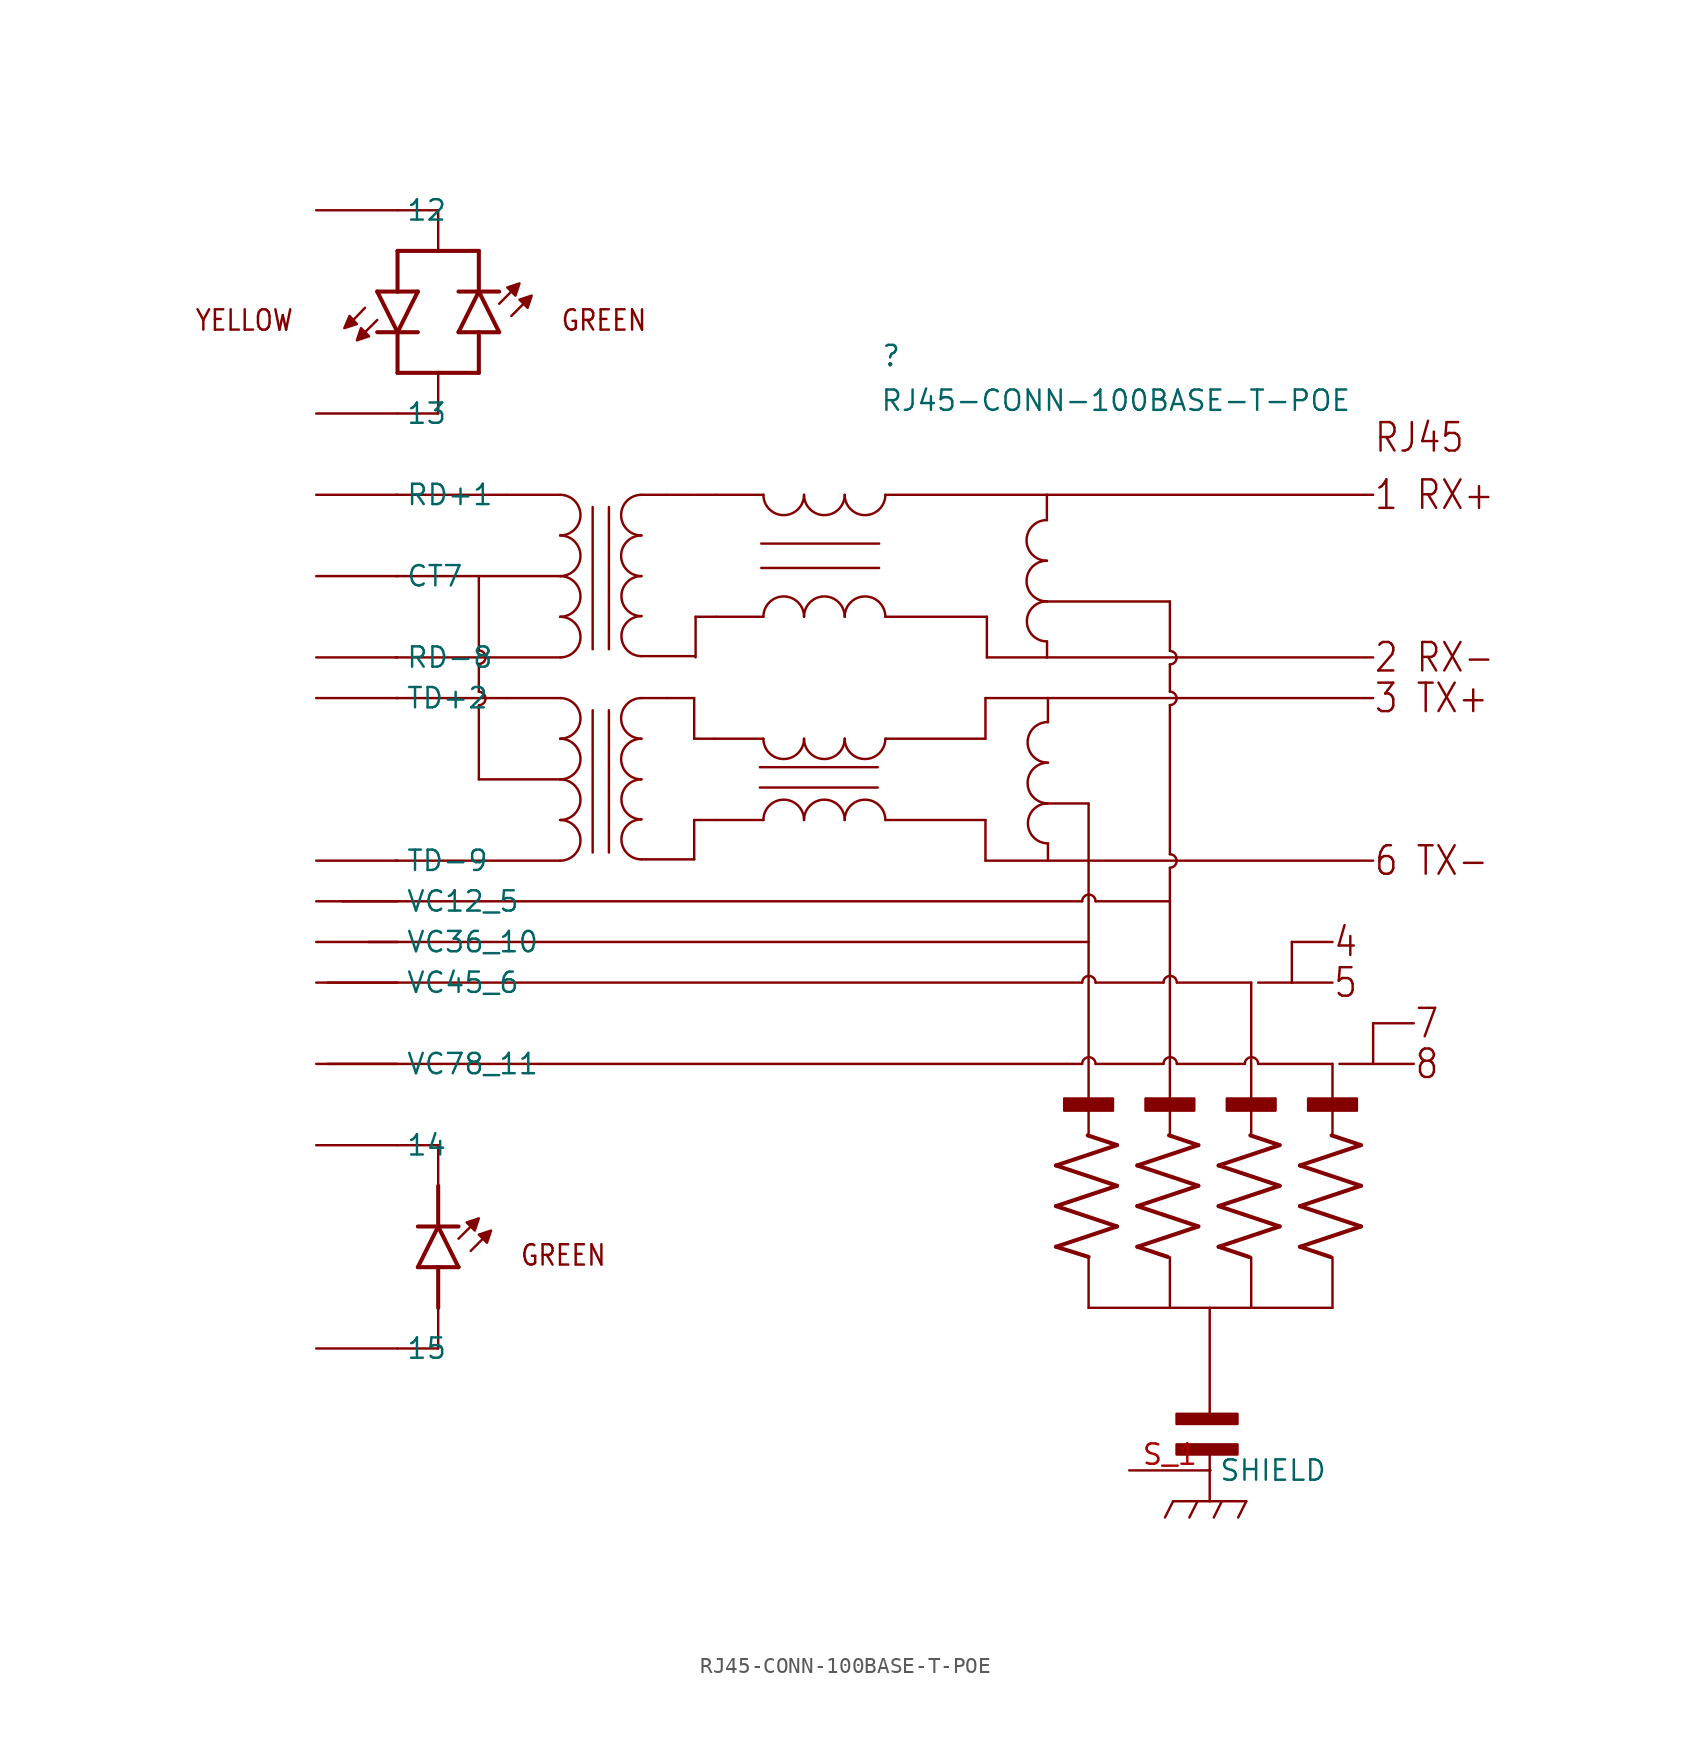
<source format=kicad_sym>
(kicad_symbol_lib
  (version 20211014)
  (generator kicad_symbol_editor)
  (symbol "RJ45-CONN-100BASE-T-POE"
    (pin_names)
    (property "Reference" ""
      (at 17.497 18.097 0)
      (effects (font (size 1.27 1.27)) (justify left bottom)))
    (property "Value" "RJ45-CONN-100BASE-T-POE"
      (at 17.446 15.307 0)
      (effects (font (size 1.27 1.27)) (justify left bottom)))
    (property "Datasheet" ""
      (at 0 0 0))
    (property "ki_fp_filters" "FlashPCB_Connectors:RJ45_THT_RA_BELFUSE-0826-1L1T-57-F"
      (at 0 0 0))
    (symbol "RJ45-CONN-100BASE-T-POE_1_1"
      (text "GREEN" (at -2.54 20.32 0) (effects (font (size 1.27 1.086)) (justify left bottom)))
      (text "RJ45" (at 48.26 12.7 0) (effects (font (size 1.778 1.52)) (justify left bottom)))
      (text "1 RX+" (at 48.26 10.16 0) (effects (font (size 1.778 1.52)) (justify left)))
      (text "2 RX-" (at 48.26 0 0) (effects (font (size 1.778 1.52)) (justify left)))
      (text "3 TX+" (at 48.26 -2.54 0) (effects (font (size 1.778 1.52)) (justify left)))
      (text "6 TX-" (at 48.26 -12.7 0) (effects (font (size 1.778 1.52)) (justify left)))
      (text "4" (at 45.72 -17.78 0) (effects (font (size 1.778 1.52)) (justify left)))
      (text "5" (at 45.72 -20.32 0) (effects (font (size 1.778 1.52)) (justify left)))
      (text "7" (at 50.8 -22.86 0) (effects (font (size 1.778 1.52)) (justify left)))
      (text "8" (at 50.8 -25.4 0) (effects (font (size 1.778 1.52)) (justify left)))
      (text "YELLOW" (at -25.4 20.32 0) (effects (font (size 1.27 1.086)) (justify left bottom)))
      (text "GREEN" (at -5.08 -38.1 0) (effects (font (size 1.27 1.086)) (justify left bottom)))
      (rectangle (start 35.975 -49.805) (end 39.785 -49.17) (stroke (width 0)) (fill (type outline)))
      (rectangle (start 35.975 -47.9) (end 39.785 -47.265) (stroke (width 0)) (fill (type outline)))
      (rectangle (start 28.956 -28.321) (end 32.004 -27.559) (stroke (width 0)) (fill (type outline)))
      (rectangle (start 34.036 -28.321) (end 37.084 -27.559) (stroke (width 0)) (fill (type outline)))
      (rectangle (start 39.116 -28.321) (end 42.164 -27.559) (stroke (width 0)) (fill (type outline)))
      (rectangle (start 44.196 -28.321) (end 47.244 -27.559) (stroke (width 0)) (fill (type outline)))
      (polyline (pts (xy -4.572 21.844) (xy -4.318 22.606) (xy -5.08 22.352) (xy -4.572 21.844)) (stroke (width 0.152) (type default)) (fill (type outline)))
      (polyline (pts (xy -5.334 22.606) (xy -5.08 23.368) (xy -5.842 23.114) (xy -5.334 22.606)) (stroke (width 0.152) (type default)) (fill (type outline)))
      (polyline (pts (xy -14.986 20.574) (xy -15.24 19.812) (xy -14.478 20.066) (xy -14.986 20.574)) (stroke (width 0.152) (type default)) (fill (type outline)))
      (polyline (pts (xy -16.027 20.574) (xy -15.697 21.336) (xy -15.24 20.828) (xy -16.027 20.574)) (stroke (width 0.152) (type default)) (fill (type outline)))
      (polyline (pts (xy -7.112 -36.576) (xy -6.858 -35.814) (xy -7.62 -36.068) (xy -7.112 -36.576)) (stroke (width 0.152) (type default)) (fill (type outline)))
      (polyline (pts (xy -7.874 -35.814) (xy -7.62 -35.052) (xy -8.382 -35.306) (xy -7.874 -35.814)) (stroke (width 0.152) (type default)) (fill (type outline)))
      (polyline (pts (xy 28.446 -36.826) (xy 32.256 -35.556)) (stroke (width 0.254)) (fill (type none)))
      (polyline (pts (xy 32.256 -35.556) (xy 28.446 -34.286)) (stroke (width 0.254)) (fill (type none)))
      (polyline (pts (xy 28.446 -34.286) (xy 32.256 -33.016)) (stroke (width 0.254)) (fill (type none)))
      (polyline (pts (xy 32.256 -33.016) (xy 28.446 -31.746)) (stroke (width 0.254)) (fill (type none)))
      (polyline (pts (xy 28.446 -31.746) (xy 32.256 -30.476)) (stroke (width 0.254)) (fill (type none)))
      (polyline (pts (xy 32.256 -30.476) (xy 30.427 -29.866)) (stroke (width 0.254)) (fill (type none)))
      (polyline (pts (xy 30.48 -37.461) (xy 28.446 -36.826)) (stroke (width 0.254)) (fill (type none)))
      (polyline (pts (xy 33.526 -36.826) (xy 37.336 -35.556)) (stroke (width 0.254)) (fill (type none)))
      (polyline (pts (xy 37.336 -35.556) (xy 33.526 -34.286)) (stroke (width 0.254)) (fill (type none)))
      (polyline (pts (xy 33.526 -34.286) (xy 37.336 -33.016)) (stroke (width 0.254)) (fill (type none)))
      (polyline (pts (xy 37.336 -33.016) (xy 33.526 -31.746)) (stroke (width 0.254)) (fill (type none)))
      (polyline (pts (xy 33.526 -31.746) (xy 37.336 -30.476)) (stroke (width 0.254)) (fill (type none)))
      (polyline (pts (xy 37.336 -30.476) (xy 35.507 -29.866)) (stroke (width 0.254)) (fill (type none)))
      (polyline (pts (xy 35.431 -37.461) (xy 33.526 -36.826)) (stroke (width 0.254)) (fill (type none)))
      (polyline (pts (xy 38.606 -36.826) (xy 42.416 -35.556)) (stroke (width 0.254)) (fill (type none)))
      (polyline (pts (xy 42.416 -35.556) (xy 38.606 -34.286)) (stroke (width 0.254)) (fill (type none)))
      (polyline (pts (xy 38.606 -34.286) (xy 42.416 -33.016)) (stroke (width 0.254)) (fill (type none)))
      (polyline (pts (xy 42.416 -33.016) (xy 38.606 -31.746)) (stroke (width 0.254)) (fill (type none)))
      (polyline (pts (xy 38.606 -31.746) (xy 42.416 -30.476)) (stroke (width 0.254)) (fill (type none)))
      (polyline (pts (xy 42.416 -30.476) (xy 40.587 -29.866)) (stroke (width 0.254)) (fill (type none)))
      (polyline (pts (xy 40.511 -37.461) (xy 38.606 -36.826)) (stroke (width 0.254)) (fill (type none)))
      (polyline (pts (xy 43.686 -36.826) (xy 47.496 -35.556)) (stroke (width 0.254)) (fill (type none)))
      (polyline (pts (xy 47.496 -35.556) (xy 43.686 -34.286)) (stroke (width 0.254)) (fill (type none)))
      (polyline (pts (xy 43.686 -34.286) (xy 47.496 -33.016)) (stroke (width 0.254)) (fill (type none)))
      (polyline (pts (xy 47.496 -33.016) (xy 43.686 -31.746)) (stroke (width 0.254)) (fill (type none)))
      (polyline (pts (xy 43.686 -31.746) (xy 47.496 -30.476)) (stroke (width 0.254)) (fill (type none)))
      (polyline (pts (xy 47.496 -30.476) (xy 45.667 -29.866)) (stroke (width 0.254)) (fill (type none)))
      (polyline (pts (xy 45.591 -37.461) (xy 43.686 -36.826)) (stroke (width 0.254)) (fill (type none)))
      (polyline (pts (xy 38.047 -47.392) (xy 38.047 -40.64)) (stroke (width 0.152)) (fill (type none)))
      (polyline (pts (xy 38.047 -52.726) (xy 38.047 -49.678)) (stroke (width 0.152)) (fill (type none)))
      (polyline (pts (xy 30.48 -37.461) (xy 30.48 -40.64)) (stroke (width 0.152)) (fill (type none)))
      (polyline (pts (xy 30.48 -40.64) (xy 35.56 -40.64)) (stroke (width 0.152)) (fill (type none)))
      (polyline (pts (xy 35.56 -40.64) (xy 38.047 -40.64)) (stroke (width 0.152)) (fill (type none)))
      (polyline (pts (xy 35.56 -37.486) (xy 35.56 -40.64)) (stroke (width 0.152)) (fill (type none)))
      (polyline (pts (xy 38.047 -40.64) (xy 40.64 -40.64)) (stroke (width 0.152)) (fill (type none)))
      (polyline (pts (xy 40.64 -40.64) (xy 40.64 -37.486)) (stroke (width 0.152)) (fill (type none)))
      (polyline (pts (xy 40.64 -40.64) (xy 45.72 -40.64)) (stroke (width 0.152)) (fill (type none)))
      (polyline (pts (xy 45.72 -40.64) (xy 45.72 -37.486)) (stroke (width 0.152)) (fill (type none)))
      (polyline (pts (xy 38.047 -52.726) (xy 35.761 -52.726)) (stroke (width 0.152)) (fill (type none)))
      (polyline (pts (xy 38.047 -52.726) (xy 40.333 -52.726)) (stroke (width 0.152)) (fill (type none)))
      (polyline (pts (xy 35.761 -52.726) (xy 35.253 -53.742)) (stroke (width 0.152)) (fill (type none)))
      (polyline (pts (xy 37.285 -52.726) (xy 36.777 -53.742)) (stroke (width 0.152)) (fill (type none)))
      (polyline (pts (xy 38.809 -52.726) (xy 38.301 -53.742)) (stroke (width 0.152)) (fill (type none)))
      (polyline (pts (xy 40.333 -52.726) (xy 39.825 -53.742)) (stroke (width 0.152)) (fill (type none)))
      (polyline (pts (xy -5.9 10.16) (xy -12.79 10.16)) (stroke (width 0.152)) (fill (type none)))
      (arc (start 15.24 2.54) (mid 13.969999999999999 3.8100000000000005) (end 12.7 2.54) (stroke (width 0.1524) (type default)) (fill (type none)))
      (arc (start 17.78 2.54) (mid 16.51 3.8100000000000005) (end 15.24 2.54) (stroke (width 0.1524) (type default)) (fill (type none)))
      (arc (start 12.7 2.54) (mid 11.43 3.8099999999999996) (end 10.16 2.54) (stroke (width 0.1524) (type default)) (fill (type none)))
      (polyline (pts (xy 10.16 2.54) (xy 7.234 2.54)) (stroke (width 0.152)) (fill (type none)))
      (polyline (pts (xy 10.028 7.112) (xy 17.394 7.112)) (stroke (width 0.152)) (fill (type none)))
      (polyline (pts (xy 10.028 5.588) (xy 17.394 5.588)) (stroke (width 0.152)) (fill (type none)))
      (polyline (pts (xy 17.78 2.54) (xy 24.124 2.54)) (stroke (width 0.152)) (fill (type none)))
      (polyline (pts (xy 5.924 0) (xy 5.924 2.54)) (stroke (width 0.152)) (fill (type none)))
      (polyline (pts (xy 5.924 2.54) (xy 7.224 2.54)) (stroke (width 0.152)) (fill (type none)))
      (arc (start 27.874 6.04) (mid 26.604 4.77) (end 27.874 3.5) (stroke (width 0.1524) (type default)) (fill (type none)))
      (arc (start 27.874 8.58) (mid 26.604 7.3100000000000005) (end 27.874 6.04) (stroke (width 0.1524) (type default)) (fill (type none)))
      (arc (start 27.874 3.5) (mid 26.624 2.25) (end 27.874 1) (stroke (width 0.1524) (type default)) (fill (type none)))
      (polyline (pts (xy 27.874 10.16) (xy 48.26 10.16)) (stroke (width 0.152)) (fill (type none)))
      (polyline (pts (xy 24.124 2.54) (xy 24.124 0)) (stroke (width 0.152)) (fill (type none)))
      (polyline (pts (xy 24.124 0) (xy 27.884 0)) (stroke (width 0.152)) (fill (type none)))
      (polyline (pts (xy 27.884 0) (xy 48.26 0)) (stroke (width 0.152)) (fill (type none)))
      (polyline (pts (xy 27.874 8.574) (xy 27.874 10.16)) (stroke (width 0.152)) (fill (type none)))
      (polyline (pts (xy 27.884 1.004) (xy 27.884 0)) (stroke (width 0.152)) (fill (type none)))
      (polyline (pts (xy 27.864 3.494) (xy 35.56 3.494)) (stroke (width 0.152)) (fill (type none)))
      (polyline (pts (xy -7.62 5.08) (xy -12.79 5.08)) (stroke (width 0.152)) (fill (type none)))
      (polyline (pts (xy -0.508 -3.302) (xy -0.508 -12.192)) (stroke (width 0.152)) (fill (type none)))
      (polyline (pts (xy 0.508 -3.302) (xy 0.508 -12.192)) (stroke (width 0.152)) (fill (type none)))
      (arc (start -2.54 -7.62) (mid -1.27 -6.35) (end -2.54 -5.08) (stroke (width 0.1524) (type default)) (fill (type none)))
      (arc (start -2.54 -5.08) (mid -1.27 -3.81) (end -2.54 -2.54) (stroke (width 0.1524) (type default)) (fill (type none)))
      (polyline (pts (xy -5.88 -2.54) (xy -2.54 -2.54)) (stroke (width 0.152)) (fill (type none)))
      (polyline (pts (xy -5.9 -2.54) (xy -12.79 -2.54)) (stroke (width 0.152)) (fill (type none)))
      (arc (start -2.54 -10.16) (mid -1.27 -8.89) (end -2.54 -7.62) (stroke (width 0.1524) (type default)) (fill (type none)))
      (arc (start -2.54 -12.7) (mid -1.2700000000000005 -11.43) (end -2.54 -10.16) (stroke (width 0.1524) (type default)) (fill (type none)))
      (arc (start 2.54 -5.08) (mid 1.27 -6.35) (end 2.54 -7.62) (stroke (width 0.1524) (type default)) (fill (type none)))
      (arc (start 2.54 -2.54) (mid 1.27 -3.81) (end 2.54 -5.08) (stroke (width 0.1524) (type default)) (fill (type none)))
      (polyline (pts (xy 4.126 -2.54) (xy 2.54 -2.54)) (stroke (width 0.152)) (fill (type none)))
      (arc (start 2.54 -7.62) (mid 1.2900000000000005 -8.87) (end 2.54 -10.12) (stroke (width 0.1524) (type default)) (fill (type none)))
      (arc (start 2.54 -10.12) (mid 1.29 -11.37) (end 2.54 -12.62) (stroke (width 0.1524) (type default)) (fill (type none)))
      (arc (start 15.24 -10.16) (mid 13.969999999999999 -8.89) (end 12.7 -10.16) (stroke (width 0.1524) (type default)) (fill (type none)))
      (arc (start 17.78 -10.16) (mid 16.51 -8.89) (end 15.24 -10.16) (stroke (width 0.1524) (type default)) (fill (type none)))
      (arc (start 12.7 -10.16) (mid 11.43 -8.89) (end 10.16 -10.16) (stroke (width 0.1524) (type default)) (fill (type none)))
      (polyline (pts (xy 10.16 -10.16) (xy 7.146 -10.16)) (stroke (width 0.152)) (fill (type none)))
      (arc (start 12.7 -5.08) (mid 13.969999999999999 -6.3500000000000005) (end 15.24 -5.08) (stroke (width 0.1524) (type default)) (fill (type none)))
      (arc (start 15.24 -5.08) (mid 16.51 -6.3500000000000005) (end 17.78 -5.08) (stroke (width 0.1524) (type default)) (fill (type none)))
      (arc (start 10.16 -5.08) (mid 11.43 -6.35) (end 12.7 -5.08) (stroke (width 0.1524) (type default)) (fill (type none)))
      (polyline (pts (xy 10.16 -5.08) (xy 7.146 -5.08)) (stroke (width 0.152)) (fill (type none)))
      (polyline (pts (xy 9.94 -6.861) (xy 17.306 -6.861)) (stroke (width 0.152)) (fill (type none)))
      (polyline (pts (xy 9.94 -8.131) (xy 17.306 -8.131)) (stroke (width 0.152)) (fill (type none)))
      (polyline (pts (xy 17.78 -10.16) (xy 24.036 -10.16)) (stroke (width 0.152)) (fill (type none)))
      (polyline (pts (xy 17.78 -5.08) (xy 24.036 -5.08)) (stroke (width 0.152)) (fill (type none)))
      (polyline (pts (xy 4.136 -2.54) (xy 5.836 -2.54)) (stroke (width 0.152)) (fill (type none)))
      (polyline (pts (xy 5.836 -2.54) (xy 5.836 -5.08)) (stroke (width 0.152)) (fill (type none)))
      (polyline (pts (xy 5.836 -5.08) (xy 7.136 -5.08)) (stroke (width 0.152)) (fill (type none)))
      (polyline (pts (xy 2.54 -12.62) (xy 5.836 -12.62)) (stroke (width 0.152)) (fill (type none)))
      (polyline (pts (xy 5.836 -12.62) (xy 5.836 -10.16)) (stroke (width 0.152)) (fill (type none)))
      (polyline (pts (xy 5.836 -10.16) (xy 7.136 -10.16)) (stroke (width 0.152)) (fill (type none)))
      (arc (start 27.94 -6.58) (mid 26.67 -7.85) (end 27.94 -9.12) (stroke (width 0.1524) (type default)) (fill (type none)))
      (arc (start 27.94 -4.04) (mid 26.67 -5.3100000000000005) (end 27.94 -6.58) (stroke (width 0.1524) (type default)) (fill (type none)))
      (arc (start 27.94 -9.12) (mid 26.69 -10.37) (end 27.94 -11.62) (stroke (width 0.1524) (type default)) (fill (type none)))
      (polyline (pts (xy 24.036 -5.08) (xy 24.036 -2.54)) (stroke (width 0.152)) (fill (type none)))
      (polyline (pts (xy 24.036 -2.54) (xy 27.94 -2.54)) (stroke (width 0.152)) (fill (type none)))
      (polyline (pts (xy 27.94 -2.54) (xy 48.26 -2.54)) (stroke (width 0.152)) (fill (type none)))
      (polyline (pts (xy 24.036 -10.16) (xy 24.036 -12.7)) (stroke (width 0.152)) (fill (type none)))
      (polyline (pts (xy 24.036 -12.7) (xy 27.94 -12.7)) (stroke (width 0.152)) (fill (type none)))
      (polyline (pts (xy 27.94 -12.7) (xy 48.26 -12.7)) (stroke (width 0.152)) (fill (type none)))
      (polyline (pts (xy 27.94 -4.046) (xy 27.94 -4.04)) (stroke (width 0.152)) (fill (type none)))
      (polyline (pts (xy 27.94 -4.04) (xy 27.94 -2.54)) (stroke (width 0.152)) (fill (type none)))
      (polyline (pts (xy 27.94 -11.616) (xy 27.94 -11.62)) (stroke (width 0.152)) (fill (type none)))
      (polyline (pts (xy 27.94 -11.62) (xy 27.94 -12.7)) (stroke (width 0.152)) (fill (type none)))
      (polyline (pts (xy 27.776 -9.126) (xy 30.48 -9.126)) (stroke (width 0.152)) (fill (type none)))
      (polyline (pts (xy -2.54 -7.62) (xy -7.62 -7.62)) (stroke (width 0.152)) (fill (type none)))
      (arc (start -7.62 -0.4038) (mid -7.202 0.01419999999999999) (end -7.62 0.4322) (stroke (width 0.1524) (type default)) (fill (type none)))
      (arc (start -7.62 -2.988) (mid -7.202 -2.5700000000000003) (end -7.62 -2.152) (stroke (width 0.1524) (type default)) (fill (type none)))
      (polyline (pts (xy -7.62 0.432) (xy -7.62 5.08)) (stroke (width 0.152)) (fill (type none)))
      (polyline (pts (xy -2.54 -12.7) (xy -12.79 -12.7)) (stroke (width 0.152)) (fill (type none)))
      (polyline (pts (xy 35.56 0.436) (xy 35.56 3.494)) (stroke (width 0.152)) (fill (type none)))
      (polyline (pts (xy 35.56 -2.976) (xy 35.56 -12.3)) (stroke (width 0.152)) (fill (type none)))
      (arc (start 30.9158 -15.24) (mid 30.497799999999998 -14.822) (end 30.0798 -15.24) (stroke (width 0.1524) (type default)) (fill (type none)))
      (polyline (pts (xy 30.08 -15.24) (xy -16.14 -15.24)) (stroke (width 0.152)) (fill (type none)))
      (polyline (pts (xy 30.48 -17.78) (xy -14.54 -17.78)) (stroke (width 0.152)) (fill (type none)))
      (polyline (pts (xy 30.08 -20.32) (xy -17.08 -20.32)) (stroke (width 0.152)) (fill (type none)))
      (polyline (pts (xy 29.13 -25.4) (xy -17.08 -25.4)) (stroke (width 0.152)) (fill (type none)))
      (polyline (pts (xy -8.89 20.32) (xy -7.62 22.86)) (stroke (width 0.254)) (fill (type none)))
      (polyline (pts (xy -7.62 22.86) (xy -6.35 20.32)) (stroke (width 0.254)) (fill (type none)))
      (polyline (pts (xy -8.89 22.86) (xy -7.62 22.86)) (stroke (width 0.254)) (fill (type none)))
      (polyline (pts (xy -7.62 22.86) (xy -6.35 22.86)) (stroke (width 0.254)) (fill (type none)))
      (polyline (pts (xy -8.89 20.32) (xy -7.62 20.32)) (stroke (width 0.254)) (fill (type none)))
      (polyline (pts (xy -7.62 20.32) (xy -6.35 20.32)) (stroke (width 0.254)) (fill (type none)))
      (polyline (pts (xy -5.588 21.336) (xy -4.699 22.225)) (stroke (width 0.152)) (fill (type none)))
      (polyline (pts (xy -6.35 22.098) (xy -5.461 22.987)) (stroke (width 0.152)) (fill (type none)))
      (polyline (pts (xy -7.62 22.86) (xy -7.62 25.4)) (stroke (width 0.254)) (fill (type none)))
      (polyline (pts (xy -7.62 20.32) (xy -7.62 17.78)) (stroke (width 0.254)) (fill (type none)))
      (polyline (pts (xy -11.43 22.86) (xy -12.7 20.32)) (stroke (width 0.254)) (fill (type none)))
      (polyline (pts (xy -12.7 20.32) (xy -13.97 22.86)) (stroke (width 0.254)) (fill (type none)))
      (polyline (pts (xy -11.43 20.32) (xy -12.7 20.32)) (stroke (width 0.254)) (fill (type none)))
      (polyline (pts (xy -12.7 20.32) (xy -13.97 20.32)) (stroke (width 0.254)) (fill (type none)))
      (polyline (pts (xy -11.43 22.86) (xy -12.7 22.86)) (stroke (width 0.254)) (fill (type none)))
      (polyline (pts (xy -12.7 22.86) (xy -13.97 22.86)) (stroke (width 0.254)) (fill (type none)))
      (polyline (pts (xy -14.732 21.844) (xy -15.418 21.133)) (stroke (width 0.152)) (fill (type none)))
      (polyline (pts (xy -13.97 21.082) (xy -14.859 20.193)) (stroke (width 0.152)) (fill (type none)))
      (polyline (pts (xy -12.7 20.32) (xy -12.7 17.78)) (stroke (width 0.254)) (fill (type none)))
      (polyline (pts (xy -12.7 22.86) (xy -12.7 25.4)) (stroke (width 0.254)) (fill (type none)))
      (polyline (pts (xy -12.7 25.4) (xy -10.16 25.4)) (stroke (width 0.254)) (fill (type none)))
      (polyline (pts (xy -10.16 25.4) (xy -7.62 25.4)) (stroke (width 0.254)) (fill (type none)))
      (polyline (pts (xy -12.7 17.78) (xy -10.16 17.78)) (stroke (width 0.254)) (fill (type none)))
      (polyline (pts (xy -10.16 17.78) (xy -7.62 17.78)) (stroke (width 0.254)) (fill (type none)))
      (polyline (pts (xy -7.62 -0.406) (xy -7.62 -2.108)) (stroke (width 0.152)) (fill (type none)))
      (polyline (pts (xy -7.62 -7.62) (xy -7.62 -3.023)) (stroke (width 0.152)) (fill (type none)))
      (polyline (pts (xy -0.508 9.398) (xy -0.508 0.508)) (stroke (width 0.152)) (fill (type none)))
      (polyline (pts (xy 0.508 9.398) (xy 0.508 0.508)) (stroke (width 0.152)) (fill (type none)))
      (arc (start -2.54 5.08) (mid -1.27 6.35) (end -2.54 7.62) (stroke (width 0.1524) (type default)) (fill (type none)))
      (arc (start -2.54 7.62) (mid -1.27 8.89) (end -2.54 10.16) (stroke (width 0.1524) (type default)) (fill (type none)))
      (polyline (pts (xy -5.88 10.16) (xy -2.54 10.16)) (stroke (width 0.152)) (fill (type none)))
      (arc (start -2.54 2.54) (mid -1.27 3.81) (end -2.54 5.08) (stroke (width 0.1524) (type default)) (fill (type none)))
      (arc (start -2.54 0) (mid -1.27 1.27) (end -2.54 2.54) (stroke (width 0.1524) (type default)) (fill (type none)))
      (arc (start 2.54 7.62) (mid 1.27 6.35) (end 2.54 5.08) (stroke (width 0.1524) (type default)) (fill (type none)))
      (arc (start 2.54 10.16) (mid 1.27 8.89) (end 2.54 7.62) (stroke (width 0.1524) (type default)) (fill (type none)))
      (polyline (pts (xy 4.126 10.16) (xy 2.54 10.16)) (stroke (width 0.152)) (fill (type none)))
      (arc (start 2.54 5.08) (mid 1.29 3.83) (end 2.54 2.58) (stroke (width 0.1524) (type default)) (fill (type none)))
      (arc (start 2.54 2.58) (mid 1.29 1.33) (end 2.54 0.08) (stroke (width 0.1524) (type default)) (fill (type none)))
      (polyline (pts (xy 4.136 10.16) (xy 5.836 10.16)) (stroke (width 0.152)) (fill (type none)))
      (polyline (pts (xy 2.54 0.08) (xy 5.836 0.08)) (stroke (width 0.152)) (fill (type none)))
      (polyline (pts (xy -2.54 5.08) (xy -7.62 5.08)) (stroke (width 0.152)) (fill (type none)))
      (polyline (pts (xy -2.54 0) (xy -12.79 0)) (stroke (width 0.152)) (fill (type none)))
      (arc (start 12.7 10.16) (mid 13.969999999999999 8.89) (end 15.24 10.16) (stroke (width 0.1524) (type default)) (fill (type none)))
      (arc (start 15.24 10.16) (mid 16.51 8.89) (end 17.78 10.16) (stroke (width 0.1524) (type default)) (fill (type none)))
      (arc (start 10.16 10.16) (mid 11.43 8.89) (end 12.7 10.16) (stroke (width 0.1524) (type default)) (fill (type none)))
      (polyline (pts (xy 10.16 10.16) (xy 7.234 10.16)) (stroke (width 0.152)) (fill (type none)))
      (polyline (pts (xy 5.924 10.16) (xy 7.224 10.16)) (stroke (width 0.152)) (fill (type none)))
      (polyline (pts (xy 17.78 10.16) (xy 27.874 10.16)) (stroke (width 0.152)) (fill (type none)))
      (polyline (pts (xy 30.48 -27.94) (xy 30.48 -17.78)) (stroke (width 0.152)) (fill (type none)))
      (polyline (pts (xy 35.56 -27.94) (xy 35.56 -15.24)) (stroke (width 0.152)) (fill (type none)))
      (polyline (pts (xy 40.64 -27.94) (xy 40.64 -20.32)) (stroke (width 0.152)) (fill (type none)))
      (polyline (pts (xy 45.72 -27.94) (xy 45.72 -25.4)) (stroke (width 0.152)) (fill (type none)))
      (polyline (pts (xy 35.56 -15.24) (xy 30.916 -15.24)) (stroke (width 0.152)) (fill (type none)))
      (arc (start 35.56 -0.4358) (mid 35.978 -0.01780000000000001) (end 35.56 0.4002) (stroke (width 0.1524) (type default)) (fill (type none)))
      (arc (start 35.56 -2.9758) (mid 35.978 -2.5578000000000003) (end 35.56 -2.1398) (stroke (width 0.1524) (type default)) (fill (type none)))
      (arc (start 35.56 -13.1358) (mid 35.978 -12.7178) (end 35.56 -12.2998) (stroke (width 0.1524) (type default)) (fill (type none)))
      (polyline (pts (xy 35.56 -0.432) (xy 35.56 -2.134)) (stroke (width 0.152)) (fill (type none)))
      (arc (start 30.9158 -20.32) (mid 30.497799999999998 -19.902) (end 30.0798 -20.32) (stroke (width 0.1524) (type default)) (fill (type none)))
      (arc (start 35.9958 -20.32) (mid 35.577799999999996 -19.901999999999997) (end 35.1598 -20.32) (stroke (width 0.1524) (type default)) (fill (type none)))
      (polyline (pts (xy 30.912 -20.32) (xy 35.154 -20.32)) (stroke (width 0.152)) (fill (type none)))
      (polyline (pts (xy 40.64 -20.32) (xy 35.996 -20.32)) (stroke (width 0.152)) (fill (type none)))
      (arc (start 35.9958 -25.4) (mid 35.577799999999996 -24.981999999999996) (end 35.1598 -25.4) (stroke (width 0.1524) (type default)) (fill (type none)))
      (arc (start 41.0758 -25.4) (mid 40.6578 -24.982) (end 40.2398 -25.4) (stroke (width 0.1524) (type default)) (fill (type none)))
      (polyline (pts (xy 35.992 -25.4) (xy 40.234 -25.4)) (stroke (width 0.152)) (fill (type none)))
      (polyline (pts (xy 41.072 -25.4) (xy 45.72 -25.4)) (stroke (width 0.152)) (fill (type none)))
      (arc (start 30.9158 -25.4) (mid 30.497799999999998 -24.982) (end 30.0798 -25.4) (stroke (width 0.1524) (type default)) (fill (type none)))
      (polyline (pts (xy 29.134 -25.4) (xy 30.074 -25.4)) (stroke (width 0.152)) (fill (type none)))
      (polyline (pts (xy 30.912 -25.4) (xy 35.154 -25.4)) (stroke (width 0.152)) (fill (type none)))
      (polyline (pts (xy 30.48 -29.87) (xy 30.48 -28.245)) (stroke (width 0.152)) (fill (type none)))
      (polyline (pts (xy 35.56 -29.87) (xy 35.56 -28.245)) (stroke (width 0.152)) (fill (type none)))
      (polyline (pts (xy 40.64 -29.87) (xy 40.64 -28.245)) (stroke (width 0.152)) (fill (type none)))
      (polyline (pts (xy 45.72 -29.87) (xy 45.72 -28.245)) (stroke (width 0.152)) (fill (type none)))
      (polyline (pts (xy 45.72 -20.32) (xy 43.18 -20.32)) (stroke (width 0.152)) (fill (type none)))
      (polyline (pts (xy 43.18 -20.32) (xy 41.076 -20.32)) (stroke (width 0.152)) (fill (type none)))
      (polyline (pts (xy 50.8 -25.4) (xy 48.26 -25.4)) (stroke (width 0.152)) (fill (type none)))
      (polyline (pts (xy 48.26 -25.4) (xy 46.156 -25.4)) (stroke (width 0.152)) (fill (type none)))
      (polyline (pts (xy 43.18 -20.32) (xy 43.18 -17.78)) (stroke (width 0.152)) (fill (type none)))
      (polyline (pts (xy 43.18 -17.78) (xy 45.72 -17.78)) (stroke (width 0.152)) (fill (type none)))
      (polyline (pts (xy 48.26 -25.4) (xy 48.26 -22.86)) (stroke (width 0.152)) (fill (type none)))
      (polyline (pts (xy 48.26 -22.86) (xy 50.8 -22.86)) (stroke (width 0.152)) (fill (type none)))
      (polyline (pts (xy 30.48 -17.78) (xy 30.48 -9.144)) (stroke (width 0.152)) (fill (type none)))
      (polyline (pts (xy 35.56 -15.24) (xy 35.56 -13.157)) (stroke (width 0.152)) (fill (type none)))
      (polyline (pts (xy -10.16 25.4) (xy -10.16 27.94)) (stroke (width 0.152)) (fill (type none)))
      (polyline (pts (xy -10.16 17.78) (xy -10.16 15.24)) (stroke (width 0.152)) (fill (type none)))
      (polyline (pts (xy -10.16 27.94) (xy -12.7 27.94)) (stroke (width 0.152)) (fill (type none)))
      (polyline (pts (xy -10.16 15.24) (xy -12.7 15.24)) (stroke (width 0.152)) (fill (type none)))
      (polyline (pts (xy -11.43 -38.1) (xy -10.16 -35.56)) (stroke (width 0.254)) (fill (type none)))
      (polyline (pts (xy -10.16 -35.56) (xy -8.89 -38.1)) (stroke (width 0.254)) (fill (type none)))
      (polyline (pts (xy -11.43 -35.56) (xy -10.16 -35.56)) (stroke (width 0.254)) (fill (type none)))
      (polyline (pts (xy -10.16 -35.56) (xy -8.89 -35.56)) (stroke (width 0.254)) (fill (type none)))
      (polyline (pts (xy -11.43 -38.1) (xy -10.16 -38.1)) (stroke (width 0.254)) (fill (type none)))
      (polyline (pts (xy -10.16 -38.1) (xy -8.89 -38.1)) (stroke (width 0.254)) (fill (type none)))
      (polyline (pts (xy -8.128 -37.084) (xy -7.239 -36.195)) (stroke (width 0.152)) (fill (type none)))
      (polyline (pts (xy -8.89 -36.322) (xy -8.001 -35.433)) (stroke (width 0.152)) (fill (type none)))
      (polyline (pts (xy -10.16 -35.56) (xy -10.16 -33.02)) (stroke (width 0.254)) (fill (type none)))
      (polyline (pts (xy -10.16 -38.1) (xy -10.16 -40.64)) (stroke (width 0.254)) (fill (type none)))
      (polyline (pts (xy -10.16 -33.02) (xy -10.16 -30.48)) (stroke (width 0.152)) (fill (type none)))
      (polyline (pts (xy -10.16 -40.64) (xy -10.16 -43.18)) (stroke (width 0.152)) (fill (type none)))
      (polyline (pts (xy -10.16 -30.48) (xy -12.7 -30.48)) (stroke (width 0.152)) (fill (type none)))
      (polyline (pts (xy -10.16 -43.18) (xy -12.7 -43.18)) (stroke (width 0.152)) (fill (type none)))
      (circle private (center 0 0) (radius 0.254) (stroke (width 0.508) (type default)) (fill (type none)))
      (circle private (center 0 0) (radius 0.254) (stroke (width 0.508) (type default)) (fill (type none)))
      (circle private (center 0 0) (radius 0.254) (stroke (width 0.508) (type default)) (fill (type none)))
      (circle private (center 0 0) (radius 0.254) (stroke (width 0.508) (type default)) (fill (type none)))
      (circle private (center 0 0) (radius 0.254) (stroke (width 0.508) (type default)) (fill (type none)))
      (circle private (center 0 0) (radius 0.254) (stroke (width 0.508) (type default)) (fill (type none)))
      (circle private (center 0 0) (radius 0.254) (stroke (width 0.508) (type default)) (fill (type none)))
      (circle private (center 0 0) (radius 0.254) (stroke (width 0.35) (type default)) (fill (type none)))
      (circle private (center 0 0) (radius 0.254) (stroke (width 0.35) (type default)) (fill (type none)))
      (circle private (center 0 0) (radius 0.254) (stroke (width 0.35) (type default)) (fill (type none)))
      (circle private (center 0 0) (radius 0.254) (stroke (width 0.35) (type default)) (fill (type none)))
      (circle private (center 0 0) (radius 0.254) (stroke (width 0.508) (type default)) (fill (type none)))
      (circle private (center 0 0) (radius 0.254) (stroke (width 0.508) (type default)) (fill (type none)))
      (circle private (center 0 0) (radius 0.254) (stroke (width 0.508) (type default)) (fill (type none)))
      (circle private (center 0 0) (radius 0.254) (stroke (width 0.35) (type default)) (fill (type none)))
      (circle private (center 0 0) (radius 0.254) (stroke (width 0.35) (type default)) (fill (type none)))
      (circle private (center 0 0) (radius 0.254) (stroke (width 0.35) (type default)) (fill (type none)))
      (circle private (center 0 0) (radius 0.254) (stroke (width 0.35) (type default)) (fill (type none)))
      (circle private (center 0 0) (radius 0.254) (stroke (width 0.35) (type default)) (fill (type none)))
      (circle private (center 0 0) (radius 0.254) (stroke (width 0.35) (type default)) (fill (type none)))
      (circle private (center 0 0) (radius 0.254) (stroke (width 0.35) (type default)) (fill (type none)))
      (circle private (center 0 0) (radius 0.254) (stroke (width 0.35) (type default)) (fill (type none)))
      (pin passive line (at -17.78 10.16 0) (length 5.08) (name "RD+1" (effects (font (size 1.27 1.27)))) (number "1" (effects (font (size 0 0)))))
      (pin passive line (at -17.78 5.08 0) (length 5.08) (name "CT7" (effects (font (size 1.27 1.27)))) (number "7" (effects (font (size 0 0)))))
      (pin passive line (at -17.78 0 0) (length 5.08) (name "RD-8" (effects (font (size 1.27 1.27)))) (number "8" (effects (font (size 0 0)))))
      (pin passive line (at -17.78 -2.54 0) (length 5.08) (name "TD+2" (effects (font (size 1.27 1.27)))) (number "2" (effects (font (size 0 0)))))
      (pin passive line (at -17.78 -12.7 0) (length 5.08) (name "TD-9" (effects (font (size 1.27 1.27)))) (number "9" (effects (font (size 0 0)))))
      (pin passive line (at -17.78 -15.24 0) (length 5.08) (name "VC12_5" (effects (font (size 1.27 1.27)))) (number "5" (effects (font (size 0 0)))))
      (pin passive line (at -17.78 -17.78 0) (length 5.08) (name "VC36_10" (effects (font (size 1.27 1.27)))) (number "10" (effects (font (size 0 0)))))
      (pin passive line (at -17.78 -20.32 0) (length 5.08) (name "VC45_6" (effects (font (size 1.27 1.27)))) (number "6" (effects (font (size 0 0)))))
      (pin passive line (at -17.78 -25.4 0) (length 5.08) (name "VC78_11" (effects (font (size 1.27 1.27)))) (number "11" (effects (font (size 0 0)))))
      (pin passive line (at -17.78 27.94 0) (length 5.08) (name "12" (effects (font (size 1.27 1.27)))) (number "12" (effects (font (size 0 0)))))
      (pin passive line (at -17.78 15.24 0) (length 5.08) (name "13" (effects (font (size 1.27 1.27)))) (number "13" (effects (font (size 0 0)))))
      (pin bidirectional line (at 33.02 -50.8 0) (length 5.08) (name "SHIELD" (effects (font (size 1.27 1.27)))) (number "S_1" (effects (font (size 1.27 1.27)))))
      (pin bidirectional line (at 33.02 -50.8 0) (length 5.08) hide (name "SHIELD" (effects (font (size 1.27 1.27)))) (number "S_2" (effects (font (size 1.27 1.27)))))
      (pin passive line (at -17.78 -30.48 0) (length 5.08) (name "14" (effects (font (size 1.27 1.27)))) (number "14" (effects (font (size 0 0)))))
      (pin passive line (at -17.78 -43.18 0) (length 5.08) (name "15" (effects (font (size 1.27 1.27)))) (number "15" (effects (font (size 0 0))))))))
</source>
